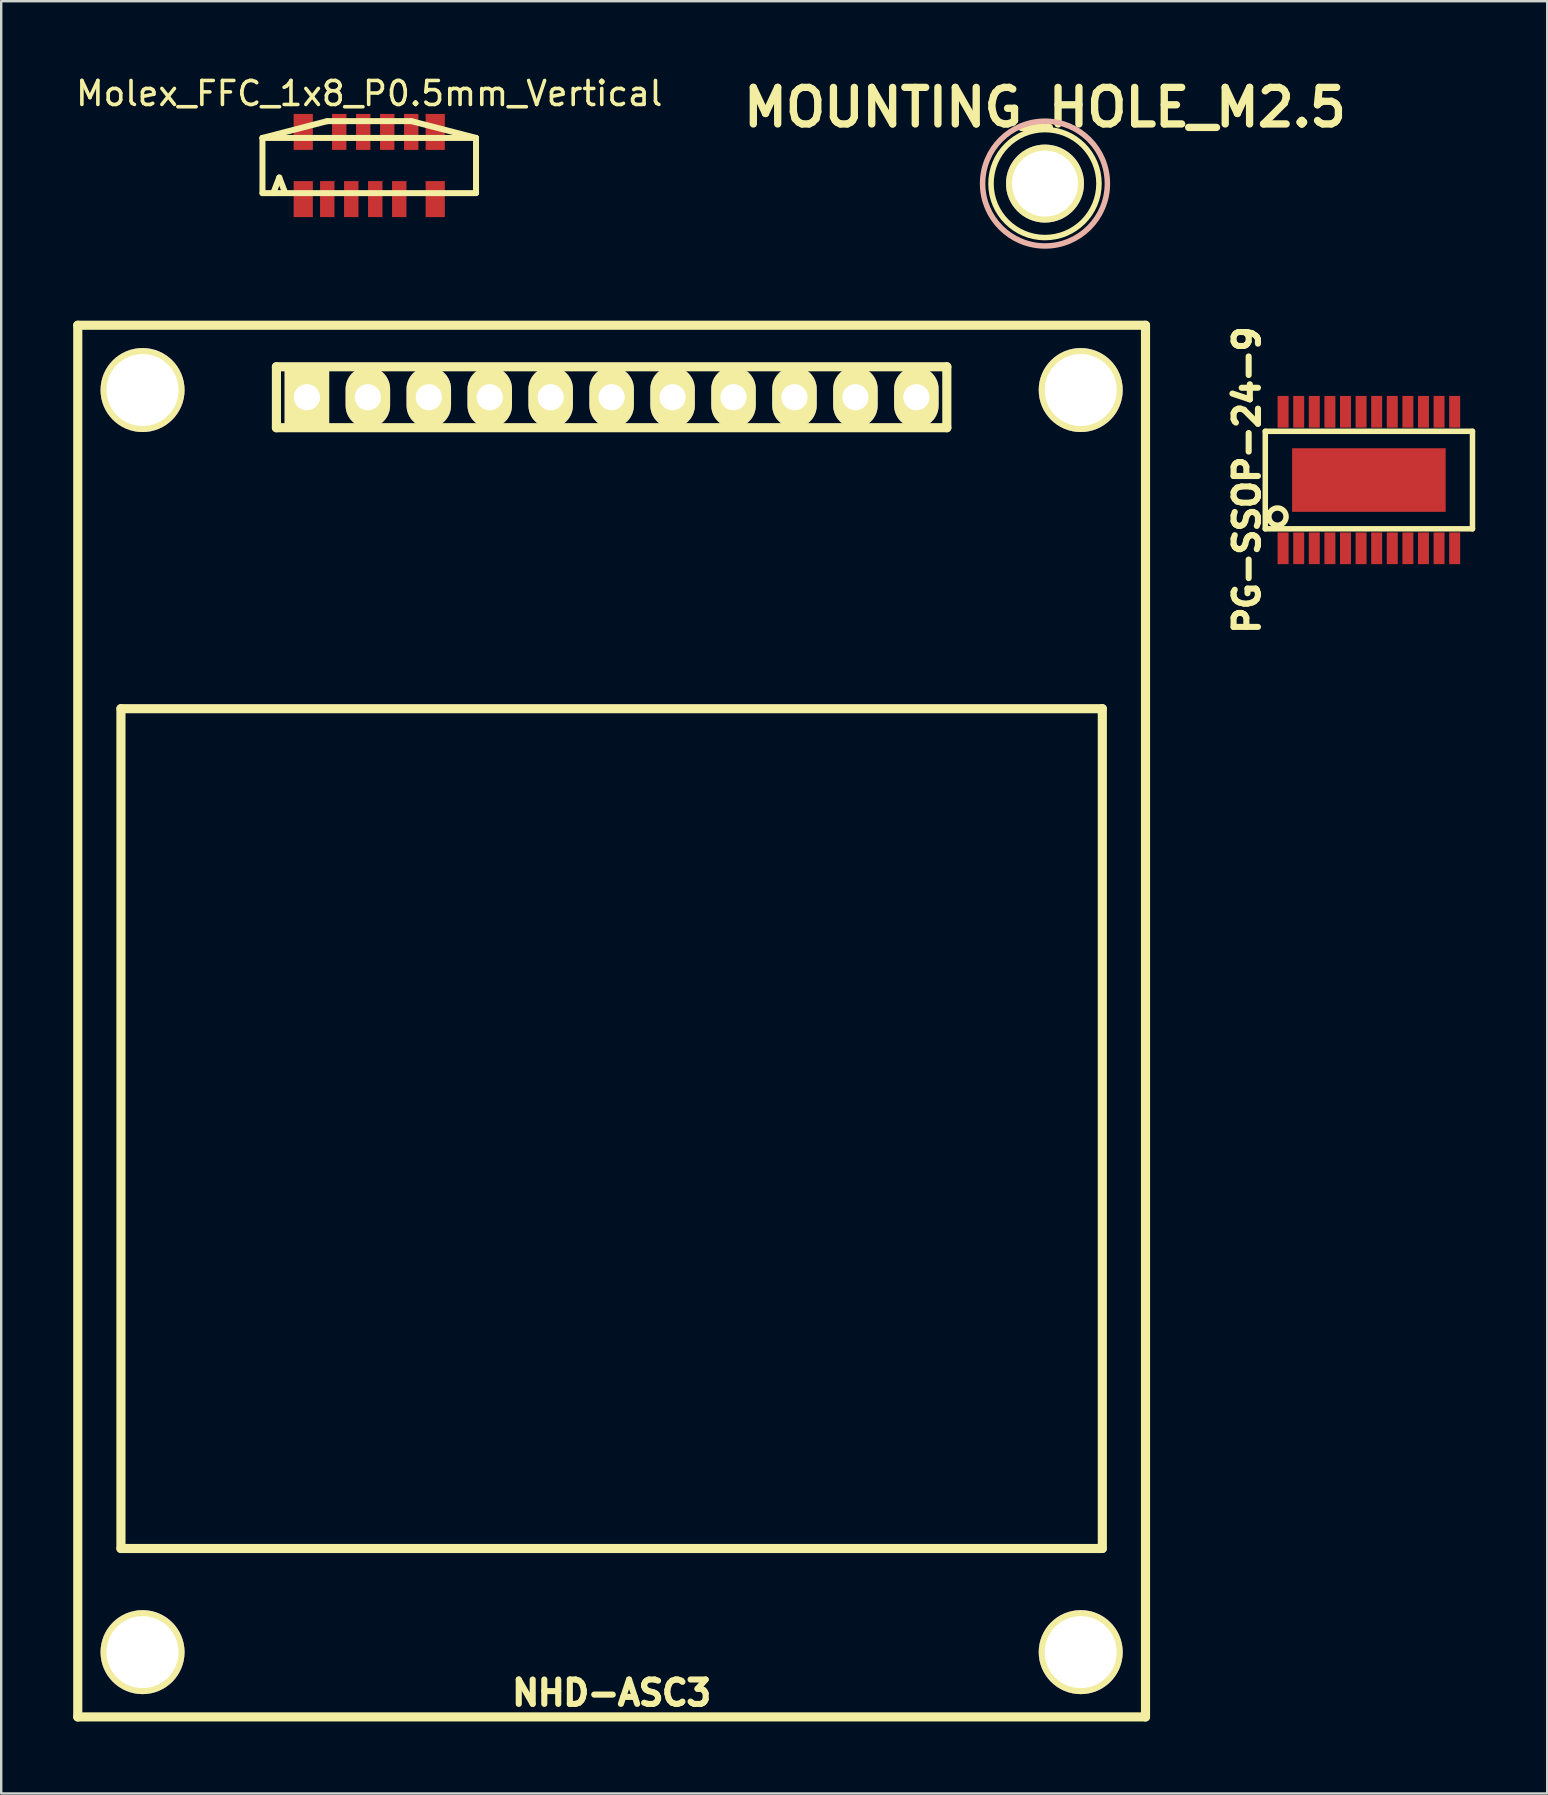
<source format=kicad_pcb>
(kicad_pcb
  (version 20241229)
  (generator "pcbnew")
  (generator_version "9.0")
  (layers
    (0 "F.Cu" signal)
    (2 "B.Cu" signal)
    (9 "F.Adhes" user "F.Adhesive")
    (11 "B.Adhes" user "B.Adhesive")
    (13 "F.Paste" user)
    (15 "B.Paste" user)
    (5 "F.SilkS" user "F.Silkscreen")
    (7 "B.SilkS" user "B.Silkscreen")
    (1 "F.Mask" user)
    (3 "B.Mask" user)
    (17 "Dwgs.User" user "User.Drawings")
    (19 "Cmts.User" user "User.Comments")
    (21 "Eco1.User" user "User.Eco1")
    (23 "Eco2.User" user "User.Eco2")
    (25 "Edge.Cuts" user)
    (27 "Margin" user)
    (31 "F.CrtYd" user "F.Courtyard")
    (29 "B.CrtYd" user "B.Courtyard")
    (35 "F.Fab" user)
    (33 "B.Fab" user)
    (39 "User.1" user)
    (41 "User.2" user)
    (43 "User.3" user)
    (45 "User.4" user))
  (footprint "NHD-ASC3"
    (layer "F.Cu")
    (at 22.441 39.506)
    (property "Reference" "NHD-ASC3" (at 0 28 0) (layer "F.SilkS") (effects (font (size 1.016 1.016) (thickness 0.254))))
    (attr through_hole)
    (fp_line (start -22.25 -29) (end -22.25 29) (stroke (width 0.381) (type solid)) (layer "F.SilkS"))
    (fp_line (start -22.25 -29) (end 22.25 -29) (stroke (width 0.381) (type solid)) (layer "F.SilkS"))
    (fp_line (start -22.25 29) (end 22.25 29) (stroke (width 0.381) (type solid)) (layer "F.SilkS"))
    (fp_line (start -20.45 -13.02) (end -20.45 21.98) (stroke (width 0.381) (type solid)) (layer "F.SilkS"))
    (fp_line (start -20.45 21.98) (end 20.45 21.98) (stroke (width 0.381) (type solid)) (layer "F.SilkS"))
    (fp_line (start -13.97 -27.27) (end -13.97 -24.73) (stroke (width 0.381) (type solid)) (layer "F.SilkS"))
    (fp_line (start -13.97 -24.73) (end 13.97 -24.73) (stroke (width 0.381) (type solid)) (layer "F.SilkS"))
    (fp_line (start 13.97 -27.27) (end -13.97 -27.27) (stroke (width 0.381) (type solid)) (layer "F.SilkS"))
    (fp_line (start 13.97 -24.73) (end 13.97 -27.27) (stroke (width 0.381) (type solid)) (layer "F.SilkS"))
    (fp_line (start 20.45 -13.02) (end -20.45 -13.02) (stroke (width 0.381) (type solid)) (layer "F.SilkS"))
    (fp_line (start 20.45 -13.02) (end 20.45 21.98) (stroke (width 0.381) (type solid)) (layer "F.SilkS"))
    (fp_line (start 22.25 29) (end 22.25 -29) (stroke (width 0.381) (type solid)) (layer "F.SilkS"))
    (pad "" thru_hole circle (at -19.55 -26.3) (size 3.5 3.5) (drill 3) (layers "*.Cu" "*.Mask" "F.SilkS"))
    (pad "" thru_hole circle (at -19.55 26.3) (size 3.5 3.5) (drill 3) (layers "*.Cu" "*.Mask" "F.SilkS"))
    (pad "" thru_hole circle (at 19.55 -26.3) (size 3.5 3.5) (drill 3) (layers "*.Cu" "*.Mask" "F.SilkS"))
    (pad "" thru_hole circle (at 19.55 26.3) (size 3.5 3.5) (drill 3) (layers "*.Cu" "*.Mask" "F.SilkS"))
    (pad "1" thru_hole rect (at -12.7 -26) (size 1.854 2.54) (drill 1.092) (layers "*.Cu" "*.Mask" "F.SilkS"))
    (pad "2" thru_hole oval (at -10.16 -26) (size 1.854 2.54) (drill 1.092) (layers "*.Cu" "*.Mask" "F.SilkS"))
    (pad "3" thru_hole oval (at -7.62 -26) (size 1.854 2.54) (drill 1.092) (layers "*.Cu" "*.Mask" "F.SilkS"))
    (pad "4" thru_hole oval (at -5.08 -26) (size 1.854 2.54) (drill 1.092) (layers "*.Cu" "*.Mask" "F.SilkS"))
    (pad "5" thru_hole oval (at -2.54 -26) (size 1.854 2.54) (drill 1.092) (layers "*.Cu" "*.Mask" "F.SilkS"))
    (pad "6" thru_hole oval (at 0 -26) (size 1.854 2.54) (drill 1.092) (layers "*.Cu" "*.Mask" "F.SilkS"))
    (pad "7" thru_hole oval (at 2.54 -26) (size 1.854 2.54) (drill 1.092) (layers "*.Cu" "*.Mask" "F.SilkS"))
    (pad "8" thru_hole oval (at 5.08 -26) (size 1.854 2.54) (drill 1.092) (layers "*.Cu" "*.Mask" "F.SilkS"))
    (pad "9" thru_hole oval (at 7.62 -26) (size 1.854 2.54) (drill 1.092) (layers "*.Cu" "*.Mask" "F.SilkS"))
    (pad "10" thru_hole oval (at 10.16 -26) (size 1.854 2.54) (drill 1.092) (layers "*.Cu" "*.Mask" "F.SilkS"))
    (pad "11" thru_hole oval (at 12.7 -26) (size 1.854 2.54) (drill 1.092) (layers "*.Cu" "*.Mask" "F.SilkS")))
  (footprint "Molex_FFC_1x8_P0.5mm_Vertical"
    (layer "F.Cu")
    (at 12.339 3.848)
    (property "Reference" "Molex_FFC_1x8_P0.5mm_Vertical" (at 0 -3 0) (layer "F.SilkS") (effects (font (size 1 1) (thickness 0.15))))
    (attr smd)
    (fp_line (start -4.45 -1.15) (end -4.45 1.15) (stroke (width 0.25) (type solid)) (layer "F.SilkS"))
    (fp_line (start -4.45 -1.15) (end -1.75 -1.85) (stroke (width 0.25) (type solid)) (layer "F.SilkS"))
    (fp_line (start -4.45 -1.15) (end 4.45 -1.15) (stroke (width 0.25) (type solid)) (layer "F.SilkS"))
    (fp_line (start -4.45 1.15) (end 4.45 1.15) (stroke (width 0.25) (type solid)) (layer "F.SilkS"))
    (fp_line (start -3.75 0.5) (end -4 1.15) (stroke (width 0.25) (type solid)) (layer "F.SilkS"))
    (fp_line (start -3.75 0.5) (end -3.5 1.15) (stroke (width 0.25) (type solid)) (layer "F.SilkS"))
    (fp_line (start -1.75 -1.85) (end 1.75 -1.85) (stroke (width 0.25) (type solid)) (layer "F.SilkS"))
    (fp_line (start 1.75 -1.85) (end 4.45 -1.15) (stroke (width 0.25) (type solid)) (layer "F.SilkS"))
    (fp_line (start 4.45 -1.15) (end 4.45 1.15) (stroke (width 0.25) (type solid)) (layer "F.SilkS"))
    (pad "" smd rect (at -2.75 -1.4) (size 0.8 1.5) (layers "F.Cu" "F.Mask" "F.Paste"))
    (pad "" smd rect (at -2.75 1.4) (size 0.8 1.5) (layers "F.Cu" "F.Mask" "F.Paste"))
    (pad "" smd rect (at 2.75 -1.4) (size 0.8 1.5) (layers "F.Cu" "F.Mask" "F.Paste"))
    (pad "" smd rect (at 2.75 1.4) (size 0.8 1.5) (layers "F.Cu" "F.Mask" "F.Paste"))
    (pad "1" smd rect (at -1.75 1.4) (size 0.6 1.5) (layers "F.Cu" "F.Mask" "F.Paste"))
    (pad "2" smd rect (at -1.25 -1.4) (size 0.6 1.5) (layers "F.Cu" "F.Mask" "F.Paste"))
    (pad "3" smd rect (at -0.75 1.4) (size 0.6 1.5) (layers "F.Cu" "F.Mask" "F.Paste"))
    (pad "4" smd rect (at -0.25 -1.4) (size 0.6 1.5) (layers "F.Cu" "F.Mask" "F.Paste"))
    (pad "5" smd rect (at 0.25 1.4) (size 0.6 1.5) (layers "F.Cu" "F.Mask" "F.Paste"))
    (pad "6" smd rect (at 0.75 -1.4) (size 0.6 1.5) (layers "F.Cu" "F.Mask" "F.Paste"))
    (pad "7" smd rect (at 1.25 1.4) (size 0.6 1.5) (layers "F.Cu" "F.Mask" "F.Paste"))
    (pad "8" smd rect (at 1.75 -1.4) (size 0.6 1.5) (layers "F.Cu" "F.Mask" "F.Paste")))
  (footprint "MOUNTING_HOLE_M2.5"
    (layer "F.Cu")
    (at 40.502 4.601)
    (property "Reference" "MOUNTING_HOLE_M2.5" (at 0 -3.175 0) (layer "F.SilkS") (effects (font (size 1.524 1.524) (thickness 0.305))))
    (attr through_hole)
    (fp_circle (center 0 0) (end 2.25 0) (stroke (width 0.229) (type solid)) (fill no) (layer "F.SilkS"))
    (fp_circle (center 0 0) (end 2.6 0) (stroke (width 0.229) (type solid)) (fill no) (layer "B.SilkS"))
    (pad "1" thru_hole circle (at 0 0) (size 3.25 3.25) (drill 2.75) (layers "*.Cu" "*.Mask" "F.SilkS")))
  (footprint "PG-SSOP-24-9"
    (layer "F.Cu")
    (at 54.001 16.957)
    (property "Reference" "PG-SSOP-24-9" (at -5.08 0 90) (layer "F.SilkS") (effects (font (size 1.016 1.016) (thickness 0.254))))
    (attr through_hole)
    (fp_line (start -4.318 -2.032) (end -4.318 2.032) (stroke (width 0.229) (type solid)) (layer "F.SilkS"))
    (fp_line (start -4.318 2.032) (end 4.318 2.032) (stroke (width 0.229) (type solid)) (layer "F.SilkS"))
    (fp_line (start 4.318 -2.032) (end -4.318 -2.032) (stroke (width 0.229) (type solid)) (layer "F.SilkS"))
    (fp_line (start 4.318 2.032) (end 4.318 -2.032) (stroke (width 0.229) (type solid)) (layer "F.SilkS"))
    (fp_circle (center -3.81 1.524) (end -3.556 1.27) (stroke (width 0.229) (type solid)) (fill no) (layer "F.SilkS"))
    (pad "1" smd rect (at -3.575 2.845) (size 0.457 1.321) (layers "F.Cu" "F.Mask" "F.Paste"))
    (pad "2" smd rect (at -2.925 2.845) (size 0.457 1.321) (layers "F.Cu" "F.Mask" "F.Paste"))
    (pad "3" smd rect (at -2.275 2.845) (size 0.457 1.321) (layers "F.Cu" "F.Mask" "F.Paste"))
    (pad "4" smd rect (at -1.625 2.845) (size 0.457 1.321) (layers "F.Cu" "F.Mask" "F.Paste"))
    (pad "5" smd rect (at -0.975 2.845) (size 0.457 1.321) (layers "F.Cu" "F.Mask" "F.Paste"))
    (pad "6" smd rect (at -0.325 2.845) (size 0.457 1.321) (layers "F.Cu" "F.Mask" "F.Paste"))
    (pad "7" smd rect (at 0.325 2.845) (size 0.457 1.321) (layers "F.Cu" "F.Mask" "F.Paste"))
    (pad "8" smd rect (at 0.975 2.845) (size 0.457 1.321) (layers "F.Cu" "F.Mask" "F.Paste"))
    (pad "9" smd rect (at 1.625 2.845) (size 0.457 1.321) (layers "F.Cu" "F.Mask" "F.Paste"))
    (pad "10" smd rect (at 2.275 2.845) (size 0.457 1.321) (layers "F.Cu" "F.Mask" "F.Paste"))
    (pad "11" smd rect (at 2.925 2.845) (size 0.457 1.321) (layers "F.Cu" "F.Mask" "F.Paste"))
    (pad "12" smd rect (at 3.575 2.845) (size 0.457 1.321) (layers "F.Cu" "F.Mask" "F.Paste"))
    (pad "13" smd rect (at 3.575 -2.845) (size 0.457 1.321) (layers "F.Cu" "F.Mask" "F.Paste"))
    (pad "14" smd rect (at 2.925 -2.845) (size 0.457 1.321) (layers "F.Cu" "F.Mask" "F.Paste"))
    (pad "15" smd rect (at 2.275 -2.845) (size 0.457 1.321) (layers "F.Cu" "F.Mask" "F.Paste"))
    (pad "16" smd rect (at 1.625 -2.845) (size 0.457 1.321) (layers "F.Cu" "F.Mask" "F.Paste"))
    (pad "17" smd rect (at 0.975 -2.845) (size 0.457 1.321) (layers "F.Cu" "F.Mask" "F.Paste"))
    (pad "18" smd rect (at 0.325 -2.845) (size 0.457 1.321) (layers "F.Cu" "F.Mask" "F.Paste"))
    (pad "19" smd rect (at -0.325 -2.845) (size 0.457 1.321) (layers "F.Cu" "F.Mask" "F.Paste"))
    (pad "20" smd rect (at -0.975 -2.845) (size 0.457 1.321) (layers "F.Cu" "F.Mask" "F.Paste"))
    (pad "21" smd rect (at -1.625 -2.845) (size 0.457 1.321) (layers "F.Cu" "F.Mask" "F.Paste"))
    (pad "22" smd rect (at -2.275 -2.845) (size 0.457 1.321) (layers "F.Cu" "F.Mask" "F.Paste"))
    (pad "23" smd rect (at -2.925 -2.845) (size 0.457 1.321) (layers "F.Cu" "F.Mask" "F.Paste"))
    (pad "24" smd rect (at -3.575 -2.845) (size 0.457 1.321) (layers "F.Cu" "F.Mask" "F.Paste"))
    (pad "25" smd rect (at 0 0) (size 6.401 2.65) (layers "F.Cu" "F.Mask" "F.Paste")))
  (gr_rect
    (start -3 -3)
    (end 61.433 71.697)
    (stroke (width 0.1) (type default))
    (fill no)
    (layer "Edge.Cuts")))
</source>
